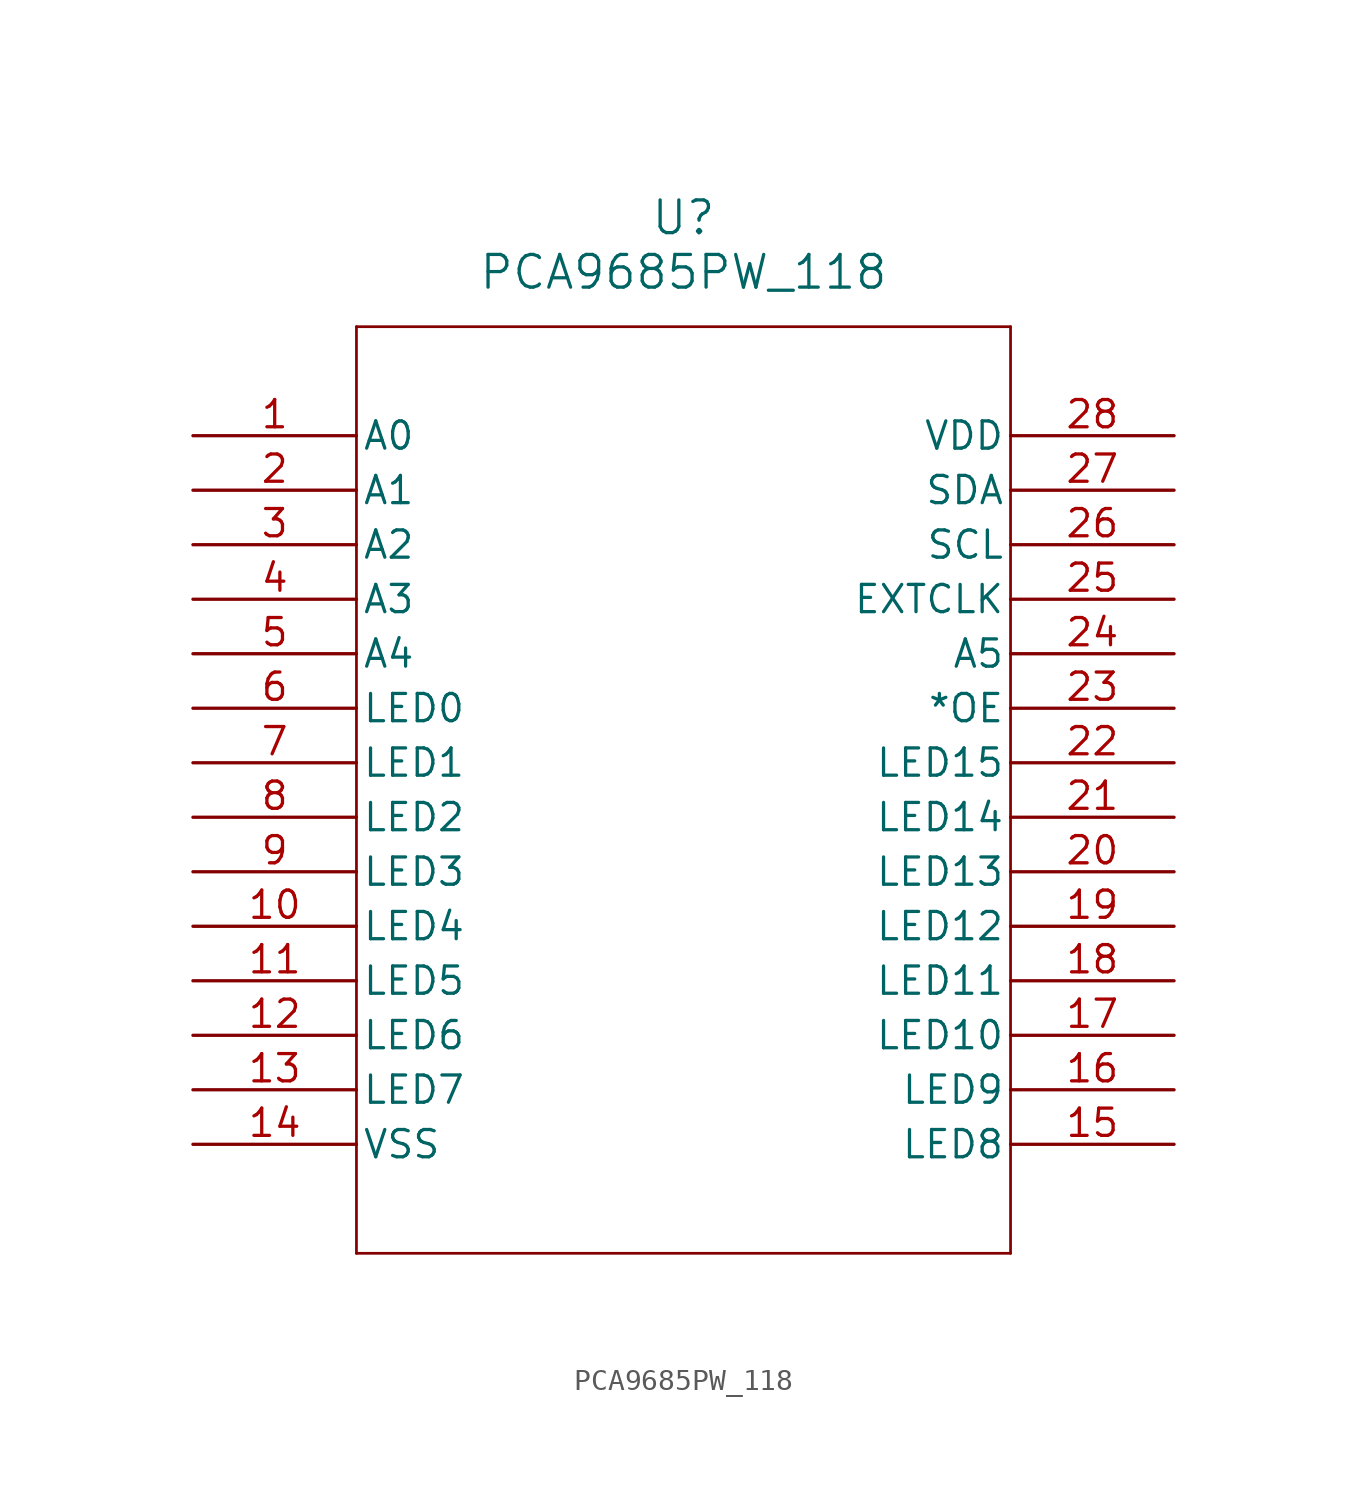
<source format=kicad_sym>
(kicad_symbol_lib
  (version 20211014)
  (generator kicad_symbol_editor)
  (symbol "PCA9685PW_118"
    (pin_names
      (offset 0.254))
    (property "Reference" "U"
      (at 22.86 10.16 0)
      (effects (font (size 1.524 1.524))))
    (property "Value" "PCA9685PW_118"
      (at 22.86 7.62 0)
      (effects (font (size 1.524 1.524))))
    (symbol "PCA9685PW_118_0_1"
      (polyline (pts (xy 7.62 5.08) (xy 7.62 -38.1)) (stroke (width 0.127) (type default) (color 0 0 0 0)) (fill (type none)))
      (polyline (pts (xy 7.62 -38.1) (xy 38.1 -38.1)) (stroke (width 0.127) (type default) (color 0 0 0 0)) (fill (type none)))
      (polyline (pts (xy 38.1 -38.1) (xy 38.1 5.08)) (stroke (width 0.127) (type default) (color 0 0 0 0)) (fill (type none)))
      (polyline (pts (xy 38.1 5.08) (xy 7.62 5.08)) (stroke (width 0.127) (type default) (color 0 0 0 0)) (fill (type none)))
      (pin input line (at 0 0 0) (length 7.62) (name "A0" (effects (font (size 1.27 1.27)))) (number "1" (effects (font (size 1.27 1.27)))))
      (pin input line (at 0 -2.54 0) (length 7.62) (name "A1" (effects (font (size 1.27 1.27)))) (number "2" (effects (font (size 1.27 1.27)))))
      (pin output line (at 0 -5.08 0) (length 7.62) (name "A2" (effects (font (size 1.27 1.27)))) (number "3" (effects (font (size 1.27 1.27)))))
      (pin output line (at 0 -7.62 0) (length 7.62) (name "A3" (effects (font (size 1.27 1.27)))) (number "4" (effects (font (size 1.27 1.27)))))
      (pin output line (at 0 -10.16 0) (length 7.62) (name "A4" (effects (font (size 1.27 1.27)))) (number "5" (effects (font (size 1.27 1.27)))))
      (pin output line (at 0 -12.7 0) (length 7.62) (name "LED0" (effects (font (size 1.27 1.27)))) (number "6" (effects (font (size 1.27 1.27)))))
      (pin output line (at 0 -15.24 0) (length 7.62) (name "LED1" (effects (font (size 1.27 1.27)))) (number "7" (effects (font (size 1.27 1.27)))))
      (pin output line (at 0 -17.78 0) (length 7.62) (name "LED2" (effects (font (size 1.27 1.27)))) (number "8" (effects (font (size 1.27 1.27)))))
      (pin output line (at 0 -20.32 0) (length 7.62) (name "LED3" (effects (font (size 1.27 1.27)))) (number "9" (effects (font (size 1.27 1.27)))))
      (pin output line (at 0 -22.86 0) (length 7.62) (name "LED4" (effects (font (size 1.27 1.27)))) (number "10" (effects (font (size 1.27 1.27)))))
      (pin power_out line (at 0 -25.4 0) (length 7.62) (name "LED5" (effects (font (size 1.27 1.27)))) (number "11" (effects (font (size 1.27 1.27)))))
      (pin output line (at 0 -27.94 0) (length 7.62) (name "LED6" (effects (font (size 1.27 1.27)))) (number "12" (effects (font (size 1.27 1.27)))))
      (pin output line (at 0 -30.48 0) (length 7.62) (name "LED7" (effects (font (size 1.27 1.27)))) (number "13" (effects (font (size 1.27 1.27)))))
      (pin output line (at 0 -33.02 0) (length 7.62) (name "VSS" (effects (font (size 1.27 1.27)))) (number "14" (effects (font (size 1.27 1.27)))))
      (pin output line (at 45.72 -33.02 180) (length 7.62) (name "LED8" (effects (font (size 1.27 1.27)))) (number "15" (effects (font (size 1.27 1.27)))))
      (pin output line (at 45.72 -30.48 180) (length 7.62) (name "LED9" (effects (font (size 1.27 1.27)))) (number "16" (effects (font (size 1.27 1.27)))))
      (pin output line (at 45.72 -27.94 180) (length 7.62) (name "LED10" (effects (font (size 1.27 1.27)))) (number "17" (effects (font (size 1.27 1.27)))))
      (pin output line (at 45.72 -25.4 180) (length 7.62) (name "LED11" (effects (font (size 1.27 1.27)))) (number "18" (effects (font (size 1.27 1.27)))))
      (pin output line (at 45.72 -22.86 180) (length 7.62) (name "LED12" (effects (font (size 1.27 1.27)))) (number "19" (effects (font (size 1.27 1.27)))))
      (pin input line (at 45.72 -20.32 180) (length 7.62) (name "LED13" (effects (font (size 1.27 1.27)))) (number "20" (effects (font (size 1.27 1.27)))))
      (pin bidirectional line (at 45.72 -17.78 180) (length 7.62) (name "LED14" (effects (font (size 1.27 1.27)))) (number "21" (effects (font (size 1.27 1.27)))))
      (pin input line (at 45.72 -15.24 180) (length 7.62) (name "LED15" (effects (font (size 1.27 1.27)))) (number "22" (effects (font (size 1.27 1.27)))))
      (pin input line (at 45.72 -12.7 180) (length 7.62) (name "*OE" (effects (font (size 1.27 1.27)))) (number "23" (effects (font (size 1.27 1.27)))))
      (pin bidirectional line (at 45.72 -10.16 180) (length 7.62) (name "A5" (effects (font (size 1.27 1.27)))) (number "24" (effects (font (size 1.27 1.27)))))
      (pin power_in line (at 45.72 -7.62 180) (length 7.62) (name "EXTCLK" (effects (font (size 1.27 1.27)))) (number "25" (effects (font (size 1.27 1.27)))))
      (pin input line (at 45.72 -5.08 180) (length 7.62) (name "SCL" (effects (font (size 1.27 1.27)))) (number "26" (effects (font (size 1.27 1.27)))))
      (pin input line (at 45.72 -2.54 180) (length 7.62) (name "SDA" (effects (font (size 1.27 1.27)))) (number "27" (effects (font (size 1.27 1.27)))))
      (pin input line (at 45.72 0 180) (length 7.62) (name "VDD" (effects (font (size 1.27 1.27)))) (number "28" (effects (font (size 1.27 1.27))))))))
</source>
